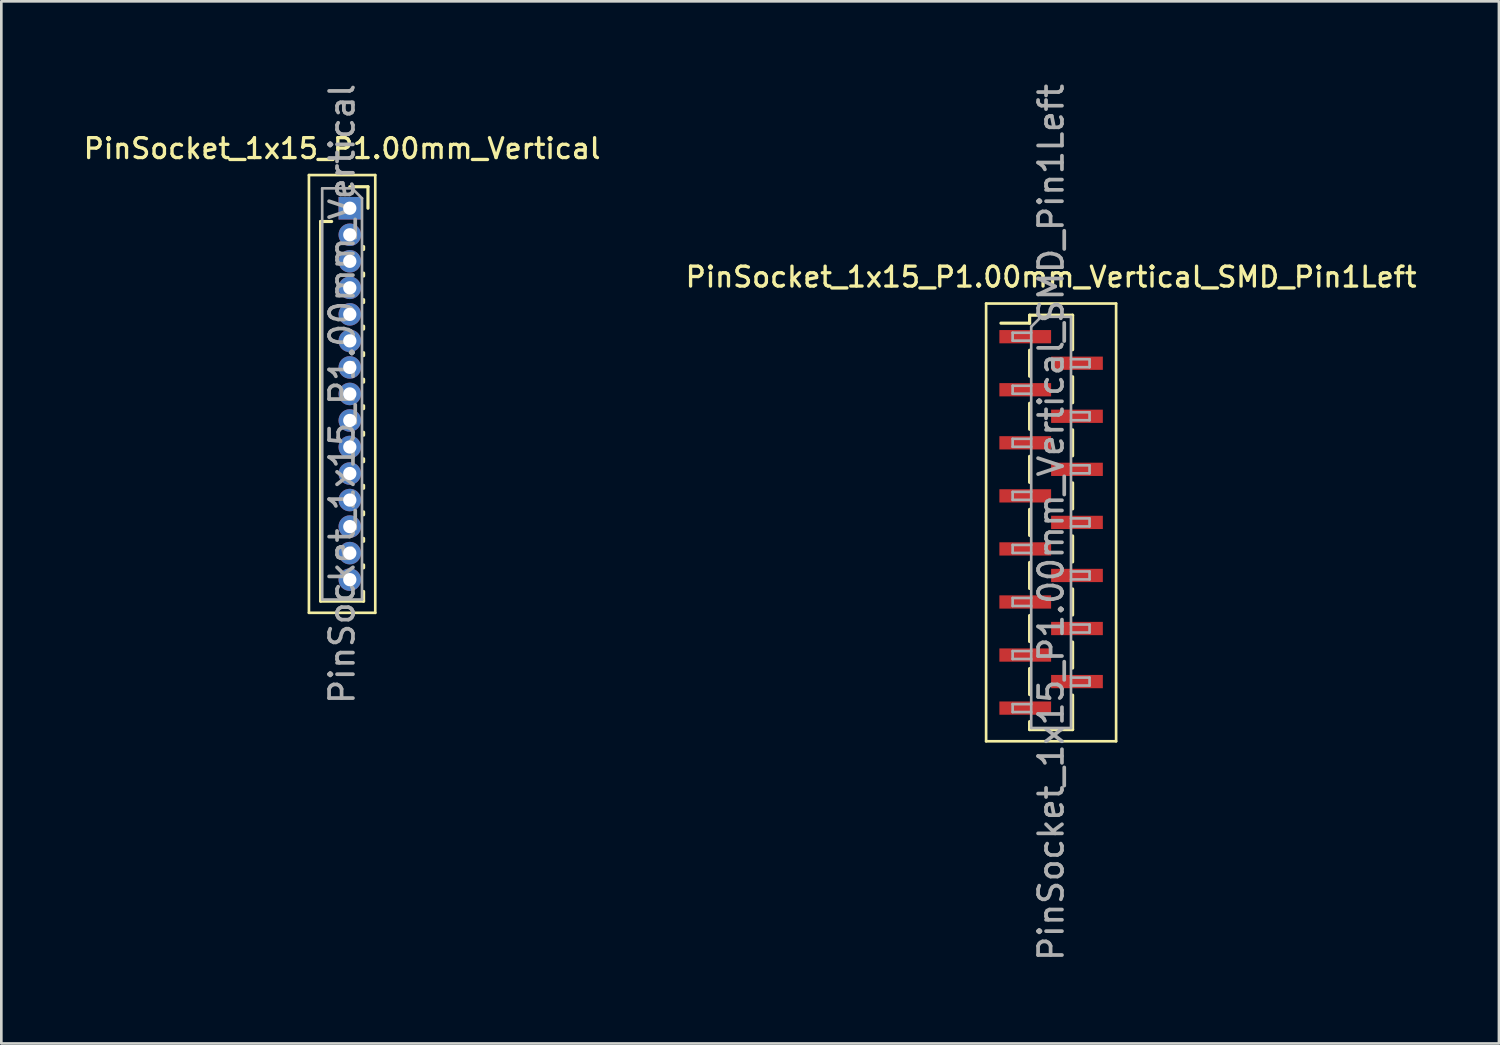
<source format=kicad_pcb>
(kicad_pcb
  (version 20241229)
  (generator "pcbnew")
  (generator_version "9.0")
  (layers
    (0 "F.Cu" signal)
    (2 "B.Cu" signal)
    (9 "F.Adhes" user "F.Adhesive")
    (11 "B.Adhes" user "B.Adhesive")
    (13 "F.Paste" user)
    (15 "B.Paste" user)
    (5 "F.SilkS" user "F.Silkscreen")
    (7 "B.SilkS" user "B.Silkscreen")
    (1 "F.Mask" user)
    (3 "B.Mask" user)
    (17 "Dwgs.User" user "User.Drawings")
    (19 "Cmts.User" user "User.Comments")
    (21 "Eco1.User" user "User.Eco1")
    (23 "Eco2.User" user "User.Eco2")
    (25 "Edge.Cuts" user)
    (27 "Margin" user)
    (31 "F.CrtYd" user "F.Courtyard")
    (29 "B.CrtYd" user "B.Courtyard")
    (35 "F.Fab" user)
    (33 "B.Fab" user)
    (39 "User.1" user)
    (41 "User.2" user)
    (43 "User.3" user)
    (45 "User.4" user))
  (footprint "PinSocket_1x15_P1.00mm_Vertical_SMD_Pin1Left"
    (layer "F.Cu")
    (at 36.57 16.641)
    (property "Reference" "PinSocket_1x15_P1.00mm_Vertical_SMD_Pin1Left" (at 0 -9.25 0) (layer "F.SilkS") (effects (font (size 0.75 0.75) (thickness 0.125))))
    (attr smd)
    (fp_line (start -2.45 -8.25) (end 2.45 -8.25) (stroke (width 0.1) (type solid)) (layer "F.SilkS"))
    (fp_line (start -2.45 8.25) (end -2.45 -8.25) (stroke (width 0.1) (type solid)) (layer "F.SilkS"))
    (fp_line (start -1.89 -7.51) (end -0.81 -7.51) (stroke (width 0.12) (type solid)) (layer "F.SilkS"))
    (fp_line (start -0.81 -7.81) (end -0.81 -7.51) (stroke (width 0.12) (type solid)) (layer "F.SilkS"))
    (fp_line (start -0.81 -7.81) (end 0.81 -7.81) (stroke (width 0.12) (type solid)) (layer "F.SilkS"))
    (fp_line (start -0.81 -6.49) (end -0.81 -5.51) (stroke (width 0.12) (type solid)) (layer "F.SilkS"))
    (fp_line (start -0.81 -4.49) (end -0.81 -3.51) (stroke (width 0.12) (type solid)) (layer "F.SilkS"))
    (fp_line (start -0.81 -2.49) (end -0.81 -1.51) (stroke (width 0.12) (type solid)) (layer "F.SilkS"))
    (fp_line (start -0.81 -0.49) (end -0.81 0.49) (stroke (width 0.12) (type solid)) (layer "F.SilkS"))
    (fp_line (start -0.81 1.51) (end -0.81 2.49) (stroke (width 0.12) (type solid)) (layer "F.SilkS"))
    (fp_line (start -0.81 3.51) (end -0.81 4.49) (stroke (width 0.12) (type solid)) (layer "F.SilkS"))
    (fp_line (start -0.81 5.51) (end -0.81 6.49) (stroke (width 0.12) (type solid)) (layer "F.SilkS"))
    (fp_line (start -0.81 7.51) (end -0.81 7.81) (stroke (width 0.12) (type solid)) (layer "F.SilkS"))
    (fp_line (start -0.81 7.81) (end 0.81 7.81) (stroke (width 0.12) (type solid)) (layer "F.SilkS"))
    (fp_line (start 0.81 -7.81) (end 0.81 -6.51) (stroke (width 0.12) (type solid)) (layer "F.SilkS"))
    (fp_line (start 0.81 -5.49) (end 0.81 -4.51) (stroke (width 0.12) (type solid)) (layer "F.SilkS"))
    (fp_line (start 0.81 -3.49) (end 0.81 -2.51) (stroke (width 0.12) (type solid)) (layer "F.SilkS"))
    (fp_line (start 0.81 -1.49) (end 0.81 -0.51) (stroke (width 0.12) (type solid)) (layer "F.SilkS"))
    (fp_line (start 0.81 0.51) (end 0.81 1.49) (stroke (width 0.12) (type solid)) (layer "F.SilkS"))
    (fp_line (start 0.81 2.51) (end 0.81 3.49) (stroke (width 0.12) (type solid)) (layer "F.SilkS"))
    (fp_line (start 0.81 4.51) (end 0.81 5.49) (stroke (width 0.12) (type solid)) (layer "F.SilkS"))
    (fp_line (start 0.81 6.51) (end 0.81 7.81) (stroke (width 0.12) (type solid)) (layer "F.SilkS"))
    (fp_line (start 2.45 -8.25) (end 2.45 8.25) (stroke (width 0.1) (type solid)) (layer "F.SilkS"))
    (fp_line (start 2.45 8.25) (end -2.45 8.25) (stroke (width 0.1) (type solid)) (layer "F.SilkS"))
    (fp_line (start -1.45 -7.15) (end -0.75 -7.15) (stroke (width 0.1) (type solid)) (layer "F.Fab"))
    (fp_line (start -1.45 -6.85) (end -1.45 -7.15) (stroke (width 0.1) (type solid)) (layer "F.Fab"))
    (fp_line (start -1.45 -5.15) (end -0.75 -5.15) (stroke (width 0.1) (type solid)) (layer "F.Fab"))
    (fp_line (start -1.45 -4.85) (end -1.45 -5.15) (stroke (width 0.1) (type solid)) (layer "F.Fab"))
    (fp_line (start -1.45 -3.15) (end -0.75 -3.15) (stroke (width 0.1) (type solid)) (layer "F.Fab"))
    (fp_line (start -1.45 -2.85) (end -1.45 -3.15) (stroke (width 0.1) (type solid)) (layer "F.Fab"))
    (fp_line (start -1.45 -1.15) (end -0.75 -1.15) (stroke (width 0.1) (type solid)) (layer "F.Fab"))
    (fp_line (start -1.45 -0.85) (end -1.45 -1.15) (stroke (width 0.1) (type solid)) (layer "F.Fab"))
    (fp_line (start -1.45 0.85) (end -0.75 0.85) (stroke (width 0.1) (type solid)) (layer "F.Fab"))
    (fp_line (start -1.45 1.15) (end -1.45 0.85) (stroke (width 0.1) (type solid)) (layer "F.Fab"))
    (fp_line (start -1.45 2.85) (end -0.75 2.85) (stroke (width 0.1) (type solid)) (layer "F.Fab"))
    (fp_line (start -1.45 3.15) (end -1.45 2.85) (stroke (width 0.1) (type solid)) (layer "F.Fab"))
    (fp_line (start -1.45 4.85) (end -0.75 4.85) (stroke (width 0.1) (type solid)) (layer "F.Fab"))
    (fp_line (start -1.45 5.15) (end -1.45 4.85) (stroke (width 0.1) (type solid)) (layer "F.Fab"))
    (fp_line (start -1.45 6.85) (end -0.75 6.85) (stroke (width 0.1) (type solid)) (layer "F.Fab"))
    (fp_line (start -1.45 7.15) (end -1.45 6.85) (stroke (width 0.1) (type solid)) (layer "F.Fab"))
    (fp_line (start -0.75 -7.375) (end -0.375 -7.75) (stroke (width 0.1) (type solid)) (layer "F.Fab"))
    (fp_line (start -0.75 -6.85) (end -1.45 -6.85) (stroke (width 0.1) (type solid)) (layer "F.Fab"))
    (fp_line (start -0.75 -4.85) (end -1.45 -4.85) (stroke (width 0.1) (type solid)) (layer "F.Fab"))
    (fp_line (start -0.75 -2.85) (end -1.45 -2.85) (stroke (width 0.1) (type solid)) (layer "F.Fab"))
    (fp_line (start -0.75 -0.85) (end -1.45 -0.85) (stroke (width 0.1) (type solid)) (layer "F.Fab"))
    (fp_line (start -0.75 1.15) (end -1.45 1.15) (stroke (width 0.1) (type solid)) (layer "F.Fab"))
    (fp_line (start -0.75 3.15) (end -1.45 3.15) (stroke (width 0.1) (type solid)) (layer "F.Fab"))
    (fp_line (start -0.75 5.15) (end -1.45 5.15) (stroke (width 0.1) (type solid)) (layer "F.Fab"))
    (fp_line (start -0.75 7.15) (end -1.45 7.15) (stroke (width 0.1) (type solid)) (layer "F.Fab"))
    (fp_line (start -0.75 7.75) (end -0.75 -7.375) (stroke (width 0.1) (type solid)) (layer "F.Fab"))
    (fp_line (start -0.375 -7.75) (end 0.75 -7.75) (stroke (width 0.1) (type solid)) (layer "F.Fab"))
    (fp_line (start 0.75 -7.75) (end 0.75 7.75) (stroke (width 0.1) (type solid)) (layer "F.Fab"))
    (fp_line (start 0.75 -6.15) (end 1.45 -6.15) (stroke (width 0.1) (type solid)) (layer "F.Fab"))
    (fp_line (start 0.75 -4.15) (end 1.45 -4.15) (stroke (width 0.1) (type solid)) (layer "F.Fab"))
    (fp_line (start 0.75 -2.15) (end 1.45 -2.15) (stroke (width 0.1) (type solid)) (layer "F.Fab"))
    (fp_line (start 0.75 -0.15) (end 1.45 -0.15) (stroke (width 0.1) (type solid)) (layer "F.Fab"))
    (fp_line (start 0.75 1.85) (end 1.45 1.85) (stroke (width 0.1) (type solid)) (layer "F.Fab"))
    (fp_line (start 0.75 3.85) (end 1.45 3.85) (stroke (width 0.1) (type solid)) (layer "F.Fab"))
    (fp_line (start 0.75 5.85) (end 1.45 5.85) (stroke (width 0.1) (type solid)) (layer "F.Fab"))
    (fp_line (start 0.75 7.75) (end -0.75 7.75) (stroke (width 0.1) (type solid)) (layer "F.Fab"))
    (fp_line (start 1.45 -6.15) (end 1.45 -5.85) (stroke (width 0.1) (type solid)) (layer "F.Fab"))
    (fp_line (start 1.45 -5.85) (end 0.75 -5.85) (stroke (width 0.1) (type solid)) (layer "F.Fab"))
    (fp_line (start 1.45 -4.15) (end 1.45 -3.85) (stroke (width 0.1) (type solid)) (layer "F.Fab"))
    (fp_line (start 1.45 -3.85) (end 0.75 -3.85) (stroke (width 0.1) (type solid)) (layer "F.Fab"))
    (fp_line (start 1.45 -2.15) (end 1.45 -1.85) (stroke (width 0.1) (type solid)) (layer "F.Fab"))
    (fp_line (start 1.45 -1.85) (end 0.75 -1.85) (stroke (width 0.1) (type solid)) (layer "F.Fab"))
    (fp_line (start 1.45 -0.15) (end 1.45 0.15) (stroke (width 0.1) (type solid)) (layer "F.Fab"))
    (fp_line (start 1.45 0.15) (end 0.75 0.15) (stroke (width 0.1) (type solid)) (layer "F.Fab"))
    (fp_line (start 1.45 1.85) (end 1.45 2.15) (stroke (width 0.1) (type solid)) (layer "F.Fab"))
    (fp_line (start 1.45 2.15) (end 0.75 2.15) (stroke (width 0.1) (type solid)) (layer "F.Fab"))
    (fp_line (start 1.45 3.85) (end 1.45 4.15) (stroke (width 0.1) (type solid)) (layer "F.Fab"))
    (fp_line (start 1.45 4.15) (end 0.75 4.15) (stroke (width 0.1) (type solid)) (layer "F.Fab"))
    (fp_line (start 1.45 5.85) (end 1.45 6.15) (stroke (width 0.1) (type solid)) (layer "F.Fab"))
    (fp_line (start 1.45 6.15) (end 0.75 6.15) (stroke (width 0.1) (type solid)) (layer "F.Fab"))
    (fp_text user "${REFERENCE}" (at 0 0 90) (layer "F.Fab") (effects (font (size 0.9 0.9) (thickness 0.14))))
    (pad "1" smd rect (at -0.975 -7) (size 1.95 0.5) (layers "F.Cu" "F.Mask" "F.Paste"))
    (pad "2" smd rect (at 0.975 -6) (size 1.95 0.5) (layers "F.Cu" "F.Mask" "F.Paste"))
    (pad "3" smd rect (at -0.975 -5) (size 1.95 0.5) (layers "F.Cu" "F.Mask" "F.Paste"))
    (pad "4" smd rect (at 0.975 -4) (size 1.95 0.5) (layers "F.Cu" "F.Mask" "F.Paste"))
    (pad "5" smd rect (at -0.975 -3) (size 1.95 0.5) (layers "F.Cu" "F.Mask" "F.Paste"))
    (pad "6" smd rect (at 0.975 -2) (size 1.95 0.5) (layers "F.Cu" "F.Mask" "F.Paste"))
    (pad "7" smd rect (at -0.975 -1) (size 1.95 0.5) (layers "F.Cu" "F.Mask" "F.Paste"))
    (pad "8" smd rect (at 0.975 0) (size 1.95 0.5) (layers "F.Cu" "F.Mask" "F.Paste"))
    (pad "9" smd rect (at -0.975 1) (size 1.95 0.5) (layers "F.Cu" "F.Mask" "F.Paste"))
    (pad "10" smd rect (at 0.975 2) (size 1.95 0.5) (layers "F.Cu" "F.Mask" "F.Paste"))
    (pad "11" smd rect (at -0.975 3) (size 1.95 0.5) (layers "F.Cu" "F.Mask" "F.Paste"))
    (pad "12" smd rect (at 0.975 4) (size 1.95 0.5) (layers "F.Cu" "F.Mask" "F.Paste"))
    (pad "13" smd rect (at -0.975 5) (size 1.95 0.5) (layers "F.Cu" "F.Mask" "F.Paste"))
    (pad "14" smd rect (at 0.975 6) (size 1.95 0.5) (layers "F.Cu" "F.Mask" "F.Paste"))
    (pad "15" smd rect (at -0.975 7) (size 1.95 0.5) (layers "F.Cu" "F.Mask" "F.Paste")))
  (footprint "PinSocket_1x15_P1.00mm_Vertical"
    (layer "F.Cu")
    (at 10.135 4.799)
    (property "Reference" "PinSocket_1x15_P1.00mm_Vertical" (at -0.29 -2.25 0) (layer "F.SilkS") (effects (font (size 0.75 0.75) (thickness 0.125))))
    (attr through_hole)
    (fp_line (start -1.54 -1.25) (end 0.96 -1.25) (stroke (width 0.1) (type solid)) (layer "F.SilkS"))
    (fp_line (start -1.54 15.25) (end -1.54 -1.25) (stroke (width 0.1) (type solid)) (layer "F.SilkS"))
    (fp_line (start -1.1 0.5) (end -1.1 14.81) (stroke (width 0.12) (type solid)) (layer "F.SilkS"))
    (fp_line (start -1.1 0.5) (end -0.685 0.5) (stroke (width 0.12) (type solid)) (layer "F.SilkS"))
    (fp_line (start -1.1 14.81) (end 0.52 14.81) (stroke (width 0.12) (type solid)) (layer "F.SilkS"))
    (fp_line (start 0 -0.81) (end 0.685 -0.81) (stroke (width 0.12) (type solid)) (layer "F.SilkS"))
    (fp_line (start 0.52 1.446) (end 0.52 1.554) (stroke (width 0.12) (type solid)) (layer "F.SilkS"))
    (fp_line (start 0.52 2.446) (end 0.52 2.554) (stroke (width 0.12) (type solid)) (layer "F.SilkS"))
    (fp_line (start 0.52 3.446) (end 0.52 3.554) (stroke (width 0.12) (type solid)) (layer "F.SilkS"))
    (fp_line (start 0.52 4.446) (end 0.52 4.554) (stroke (width 0.12) (type solid)) (layer "F.SilkS"))
    (fp_line (start 0.52 5.446) (end 0.52 5.554) (stroke (width 0.12) (type solid)) (layer "F.SilkS"))
    (fp_line (start 0.52 6.446) (end 0.52 6.554) (stroke (width 0.12) (type solid)) (layer "F.SilkS"))
    (fp_line (start 0.52 7.446) (end 0.52 7.554) (stroke (width 0.12) (type solid)) (layer "F.SilkS"))
    (fp_line (start 0.52 8.446) (end 0.52 8.554) (stroke (width 0.12) (type solid)) (layer "F.SilkS"))
    (fp_line (start 0.52 9.446) (end 0.52 9.554) (stroke (width 0.12) (type solid)) (layer "F.SilkS"))
    (fp_line (start 0.52 10.446) (end 0.52 10.554) (stroke (width 0.12) (type solid)) (layer "F.SilkS"))
    (fp_line (start 0.52 11.446) (end 0.52 11.554) (stroke (width 0.12) (type solid)) (layer "F.SilkS"))
    (fp_line (start 0.52 12.446) (end 0.52 12.554) (stroke (width 0.12) (type solid)) (layer "F.SilkS"))
    (fp_line (start 0.52 13.446) (end 0.52 13.554) (stroke (width 0.12) (type solid)) (layer "F.SilkS"))
    (fp_line (start 0.52 14.446) (end 0.52 14.81) (stroke (width 0.12) (type solid)) (layer "F.SilkS"))
    (fp_line (start 0.685 -0.81) (end 0.685 0) (stroke (width 0.12) (type solid)) (layer "F.SilkS"))
    (fp_line (start 0.96 -1.25) (end 0.96 15.25) (stroke (width 0.1) (type solid)) (layer "F.SilkS"))
    (fp_line (start 0.96 15.25) (end -1.54 15.25) (stroke (width 0.1) (type solid)) (layer "F.SilkS"))
    (fp_line (start -1.04 -0.75) (end 0.085 -0.75) (stroke (width 0.1) (type solid)) (layer "F.Fab"))
    (fp_line (start -1.04 14.75) (end -1.04 -0.75) (stroke (width 0.1) (type solid)) (layer "F.Fab"))
    (fp_line (start 0.085 -0.75) (end 0.46 -0.375) (stroke (width 0.1) (type solid)) (layer "F.Fab"))
    (fp_line (start 0.46 -0.375) (end 0.46 14.75) (stroke (width 0.1) (type solid)) (layer "F.Fab"))
    (fp_line (start 0.46 14.75) (end -1.04 14.75) (stroke (width 0.1) (type solid)) (layer "F.Fab"))
    (fp_text user "${REFERENCE}" (at -0.29 7 90) (layer "F.Fab") (effects (font (size 0.9 0.9) (thickness 0.14))))
    (pad "1" thru_hole rect (at 0 0) (size 0.85 0.85) (drill 0.5) (layers "*.Cu" "*.Mask"))
    (pad "2" thru_hole oval (at 0 1) (size 0.85 0.85) (drill 0.5) (layers "*.Cu" "*.Mask"))
    (pad "3" thru_hole oval (at 0 2) (size 0.85 0.85) (drill 0.5) (layers "*.Cu" "*.Mask"))
    (pad "4" thru_hole oval (at 0 3) (size 0.85 0.85) (drill 0.5) (layers "*.Cu" "*.Mask"))
    (pad "5" thru_hole oval (at 0 4) (size 0.85 0.85) (drill 0.5) (layers "*.Cu" "*.Mask"))
    (pad "6" thru_hole oval (at 0 5) (size 0.85 0.85) (drill 0.5) (layers "*.Cu" "*.Mask"))
    (pad "7" thru_hole oval (at 0 6) (size 0.85 0.85) (drill 0.5) (layers "*.Cu" "*.Mask"))
    (pad "8" thru_hole oval (at 0 7) (size 0.85 0.85) (drill 0.5) (layers "*.Cu" "*.Mask"))
    (pad "9" thru_hole oval (at 0 8) (size 0.85 0.85) (drill 0.5) (layers "*.Cu" "*.Mask"))
    (pad "10" thru_hole oval (at 0 9) (size 0.85 0.85) (drill 0.5) (layers "*.Cu" "*.Mask"))
    (pad "11" thru_hole oval (at 0 10) (size 0.85 0.85) (drill 0.5) (layers "*.Cu" "*.Mask"))
    (pad "12" thru_hole oval (at 0 11) (size 0.85 0.85) (drill 0.5) (layers "*.Cu" "*.Mask"))
    (pad "13" thru_hole oval (at 0 12) (size 0.85 0.85) (drill 0.5) (layers "*.Cu" "*.Mask"))
    (pad "14" thru_hole oval (at 0 13) (size 0.85 0.85) (drill 0.5) (layers "*.Cu" "*.Mask"))
    (pad "15" thru_hole oval (at 0 14) (size 0.85 0.85) (drill 0.5) (layers "*.Cu" "*.Mask")))
  (gr_rect
    (start -3 -3)
    (end 53.45 36.283)
    (stroke (width 0.1) (type default))
    (fill no)
    (layer "Edge.Cuts")))
</source>
